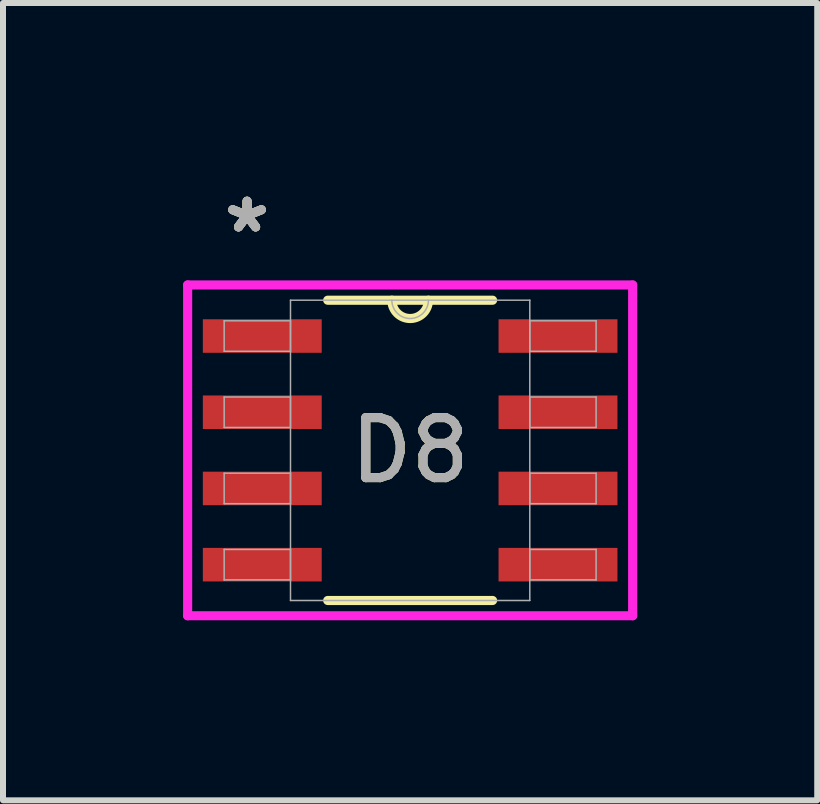
<source format=kicad_pcb>
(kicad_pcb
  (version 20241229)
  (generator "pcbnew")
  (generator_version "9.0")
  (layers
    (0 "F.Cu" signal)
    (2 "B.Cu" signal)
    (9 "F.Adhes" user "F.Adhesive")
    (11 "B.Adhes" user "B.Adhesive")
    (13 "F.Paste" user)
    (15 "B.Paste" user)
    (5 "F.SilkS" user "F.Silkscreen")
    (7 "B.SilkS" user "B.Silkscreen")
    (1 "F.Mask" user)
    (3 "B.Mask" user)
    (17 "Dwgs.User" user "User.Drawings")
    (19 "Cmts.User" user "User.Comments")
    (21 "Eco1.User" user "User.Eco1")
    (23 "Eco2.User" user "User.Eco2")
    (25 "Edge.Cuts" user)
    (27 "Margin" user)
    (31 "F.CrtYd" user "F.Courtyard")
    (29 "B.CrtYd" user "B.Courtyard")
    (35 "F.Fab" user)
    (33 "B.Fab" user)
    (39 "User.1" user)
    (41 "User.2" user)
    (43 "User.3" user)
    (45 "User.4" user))
  (footprint "D8"
    (layer "F.Cu")
    (at 3.785 4.455)
    (property "Reference" "D8" (at 0 0 0) (unlocked yes) (layer "F.SilkS") (effects (font (size 1 1) (thickness 0.15))))
    (attr smd)
    (fp_line (start -1.374 2.502) (end 1.374 2.502) (stroke (width 0.152) (type solid)) (layer "F.SilkS"))
    (fp_line (start 1.374 -2.502) (end -1.374 -2.502) (stroke (width 0.152) (type solid)) (layer "F.SilkS"))
    (fp_arc (start 0.3048 -2.5019) (mid 0 -2.1971) (end -0.3048 -2.5019) (stroke (width 0.1524) (type solid)) (layer "F.SilkS"))
    (fp_line (start -3.708 -2.756) (end 3.708 -2.756) (stroke (width 0.152) (type solid)) (layer "F.CrtYd"))
    (fp_line (start -3.708 2.756) (end -3.708 -2.756) (stroke (width 0.152) (type solid)) (layer "F.CrtYd"))
    (fp_line (start 3.708 -2.756) (end 3.708 2.756) (stroke (width 0.152) (type solid)) (layer "F.CrtYd"))
    (fp_line (start 3.708 2.756) (end -3.708 2.756) (stroke (width 0.152) (type solid)) (layer "F.CrtYd"))
    (fp_line (start -3.099 -2.159) (end -3.099 -1.651) (stroke (width 0.025) (type solid)) (layer "F.Fab"))
    (fp_line (start -3.099 -1.651) (end -1.994 -1.651) (stroke (width 0.025) (type solid)) (layer "F.Fab"))
    (fp_line (start -3.099 -0.889) (end -3.099 -0.381) (stroke (width 0.025) (type solid)) (layer "F.Fab"))
    (fp_line (start -3.099 -0.381) (end -1.994 -0.381) (stroke (width 0.025) (type solid)) (layer "F.Fab"))
    (fp_line (start -3.099 0.381) (end -3.099 0.889) (stroke (width 0.025) (type solid)) (layer "F.Fab"))
    (fp_line (start -3.099 0.889) (end -1.994 0.889) (stroke (width 0.025) (type solid)) (layer "F.Fab"))
    (fp_line (start -3.099 1.651) (end -3.099 2.159) (stroke (width 0.025) (type solid)) (layer "F.Fab"))
    (fp_line (start -3.099 2.159) (end -1.994 2.159) (stroke (width 0.025) (type solid)) (layer "F.Fab"))
    (fp_line (start -1.994 -2.502) (end -1.994 2.502) (stroke (width 0.025) (type solid)) (layer "F.Fab"))
    (fp_line (start -1.994 -2.159) (end -3.099 -2.159) (stroke (width 0.025) (type solid)) (layer "F.Fab"))
    (fp_line (start -1.994 -1.651) (end -1.994 -2.159) (stroke (width 0.025) (type solid)) (layer "F.Fab"))
    (fp_line (start -1.994 -0.889) (end -3.099 -0.889) (stroke (width 0.025) (type solid)) (layer "F.Fab"))
    (fp_line (start -1.994 -0.381) (end -1.994 -0.889) (stroke (width 0.025) (type solid)) (layer "F.Fab"))
    (fp_line (start -1.994 0.381) (end -3.099 0.381) (stroke (width 0.025) (type solid)) (layer "F.Fab"))
    (fp_line (start -1.994 0.889) (end -1.994 0.381) (stroke (width 0.025) (type solid)) (layer "F.Fab"))
    (fp_line (start -1.994 1.651) (end -3.099 1.651) (stroke (width 0.025) (type solid)) (layer "F.Fab"))
    (fp_line (start -1.994 2.159) (end -1.994 1.651) (stroke (width 0.025) (type solid)) (layer "F.Fab"))
    (fp_line (start -1.994 2.502) (end 1.994 2.502) (stroke (width 0.025) (type solid)) (layer "F.Fab"))
    (fp_line (start 1.994 -2.502) (end -1.994 -2.502) (stroke (width 0.025) (type solid)) (layer "F.Fab"))
    (fp_line (start 1.994 -2.159) (end 1.994 -1.651) (stroke (width 0.025) (type solid)) (layer "F.Fab"))
    (fp_line (start 1.994 -1.651) (end 3.099 -1.651) (stroke (width 0.025) (type solid)) (layer "F.Fab"))
    (fp_line (start 1.994 -0.889) (end 1.994 -0.381) (stroke (width 0.025) (type solid)) (layer "F.Fab"))
    (fp_line (start 1.994 -0.381) (end 3.099 -0.381) (stroke (width 0.025) (type solid)) (layer "F.Fab"))
    (fp_line (start 1.994 0.381) (end 1.994 0.889) (stroke (width 0.025) (type solid)) (layer "F.Fab"))
    (fp_line (start 1.994 0.889) (end 3.099 0.889) (stroke (width 0.025) (type solid)) (layer "F.Fab"))
    (fp_line (start 1.994 1.651) (end 1.994 2.159) (stroke (width 0.025) (type solid)) (layer "F.Fab"))
    (fp_line (start 1.994 2.159) (end 3.099 2.159) (stroke (width 0.025) (type solid)) (layer "F.Fab"))
    (fp_line (start 1.994 2.502) (end 1.994 -2.502) (stroke (width 0.025) (type solid)) (layer "F.Fab"))
    (fp_line (start 3.099 -2.159) (end 1.994 -2.159) (stroke (width 0.025) (type solid)) (layer "F.Fab"))
    (fp_line (start 3.099 -1.651) (end 3.099 -2.159) (stroke (width 0.025) (type solid)) (layer "F.Fab"))
    (fp_line (start 3.099 -0.889) (end 1.994 -0.889) (stroke (width 0.025) (type solid)) (layer "F.Fab"))
    (fp_line (start 3.099 -0.381) (end 3.099 -0.889) (stroke (width 0.025) (type solid)) (layer "F.Fab"))
    (fp_line (start 3.099 0.381) (end 1.994 0.381) (stroke (width 0.025) (type solid)) (layer "F.Fab"))
    (fp_line (start 3.099 0.889) (end 3.099 0.381) (stroke (width 0.025) (type solid)) (layer "F.Fab"))
    (fp_line (start 3.099 1.651) (end 1.994 1.651) (stroke (width 0.025) (type solid)) (layer "F.Fab"))
    (fp_line (start 3.099 2.159) (end 3.099 1.651) (stroke (width 0.025) (type solid)) (layer "F.Fab"))
    (fp_arc (start 0.3048 -2.5019) (mid 0 -2.1971) (end -0.3048 -2.5019) (stroke (width 0.0254) (type solid)) (layer "F.Fab"))
    (fp_text user "*" (at -2.718 -3.607 0) (layer "F.SilkS") (effects (font (size 1 1) (thickness 0.15))))
    (fp_text user "*" (at -2.718 -3.607 0) (unlocked yes) (layer "F.SilkS") (effects (font (size 1 1) (thickness 0.15))))
    (fp_text user "${REFERENCE}" (at 0 0 0) (unlocked yes) (layer "F.Fab") (effects (font (size 1 1) (thickness 0.15))))
    (fp_text user "*" (at -2.718 -3.607 0) (unlocked yes) (layer "F.Fab") (effects (font (size 1 1) (thickness 0.15))))
    (fp_text user "*" (at -2.718 -3.607 0) (layer "F.Fab") (effects (font (size 1 1) (thickness 0.15))))
    (pad "1" smd rect (at -2.464 -1.905) (size 1.981 0.559) (layers "F.Cu" "F.Mask" "F.Paste"))
    (pad "2" smd rect (at -2.464 -0.635) (size 1.981 0.559) (layers "F.Cu" "F.Mask" "F.Paste"))
    (pad "3" smd rect (at -2.464 0.635) (size 1.981 0.559) (layers "F.Cu" "F.Mask" "F.Paste"))
    (pad "4" smd rect (at -2.464 1.905) (size 1.981 0.559) (layers "F.Cu" "F.Mask" "F.Paste"))
    (pad "5" smd rect (at 2.464 1.905) (size 1.981 0.559) (layers "F.Cu" "F.Mask" "F.Paste"))
    (pad "6" smd rect (at 2.464 0.635) (size 1.981 0.559) (layers "F.Cu" "F.Mask" "F.Paste"))
    (pad "7" smd rect (at 2.464 -0.635) (size 1.981 0.559) (layers "F.Cu" "F.Mask" "F.Paste"))
    (pad "8" smd rect (at 2.464 -1.905) (size 1.981 0.559) (layers "F.Cu" "F.Mask" "F.Paste")))
  (gr_rect
    (start -3 -3)
    (end 10.569 10.287)
    (stroke (width 0.1) (type default))
    (fill no)
    (layer "Edge.Cuts")))
</source>
